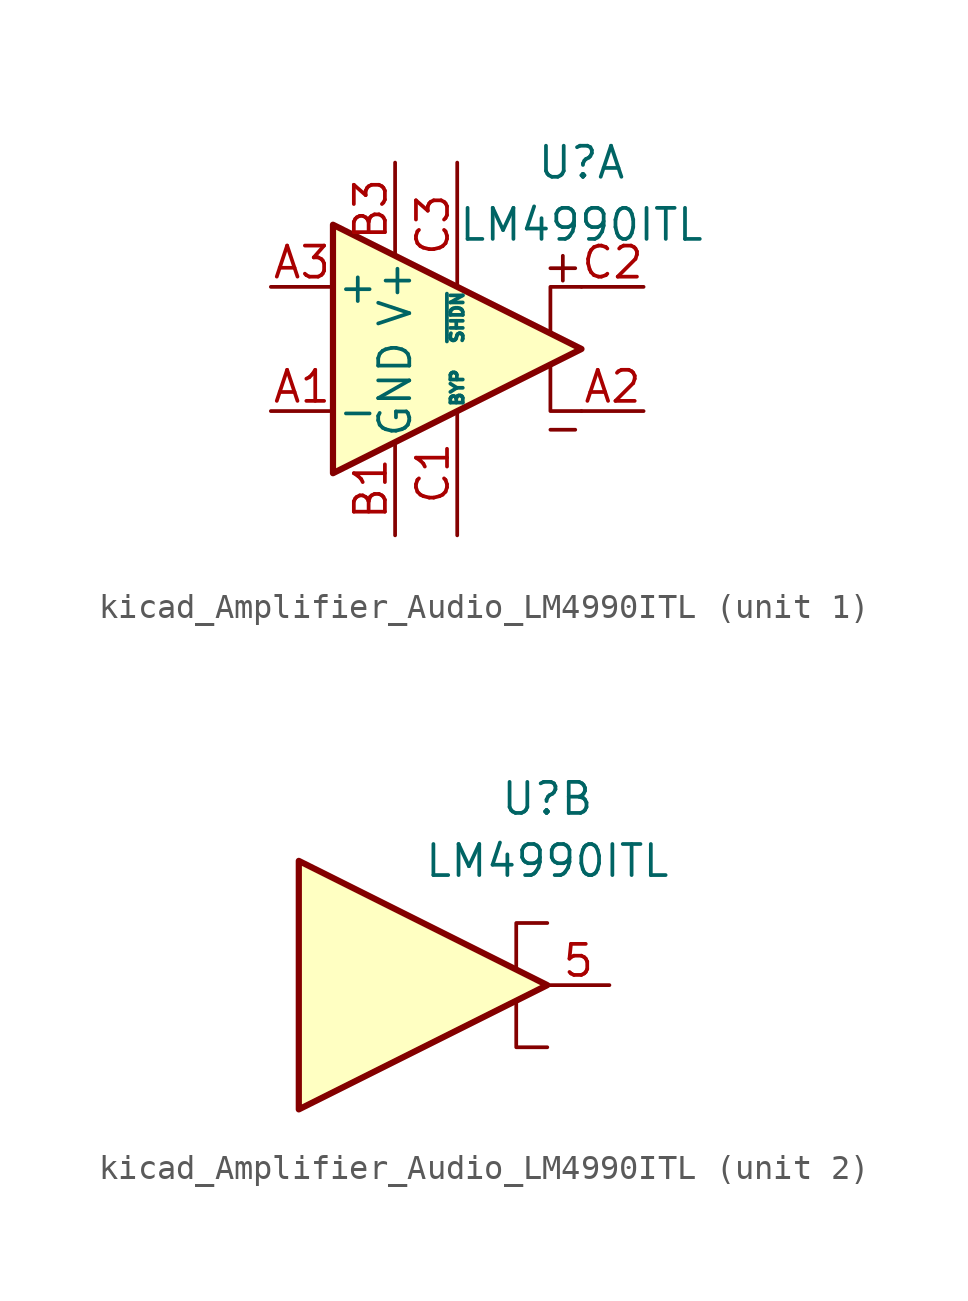
<source format=kicad_sym>
(kicad_symbol_lib
  (version 20220914)
  (generator kicad_symbol_editor)
  (symbol "kicad_Amplifier_Audio_LM4990ITL"
    (pin_names
      (offset 0.127))
    (property "Reference" "U"
      (at 5.08 7.62 0)
      (effects (font (size 1.27 1.27))))
    (property "Value" "LM4990ITL"
      (at 5.08 5.08 0)
      (effects (font (size 1.27 1.27))))
    (symbol "kicad_Amplifier_Audio_LM4990ITL_0_1"
      (polyline (pts (xy 3.81 -0.635) (xy 3.81 -2.54) (xy 5.08 -2.54)) (stroke (width 0) (type default)) (fill (type none)))
      (polyline (pts (xy 5.08 2.54) (xy 3.81 2.54) (xy 3.81 0.635)) (stroke (width 0) (type default)) (fill (type none)))
      (polyline (pts (xy -5.08 5.08) (xy 5.08 0) (xy -5.08 -5.08) (xy -5.08 5.08)) (stroke (width 0.254) (type default)) (fill (type background))))
    (symbol "kicad_Amplifier_Audio_LM4990ITL_1_1"
      (polyline (pts (xy 3.81 -3.302) (xy 4.826 -3.302)) (stroke (width 0) (type default)) (fill (type none)))
      (polyline (pts (xy 4.318 3.81) (xy 4.318 2.794)) (stroke (width 0) (type default)) (fill (type none)))
      (polyline (pts (xy 4.826 3.302) (xy 3.81 3.302)) (stroke (width 0) (type default)) (fill (type none)))
      (pin input line (at -7.62 -2.54 0) (length 2.54) (name "-" (effects (font (size 1.27 1.27)))) (number "A1" (effects (font (size 1.27 1.27)))))
      (pin output line (at 7.62 -2.54 180) (length 2.54) (name "~" (effects (font (size 1.27 1.27)))) (number "A2" (effects (font (size 1.27 1.27)))))
      (pin input line (at -7.62 2.54 0) (length 2.54) (name "+" (effects (font (size 1.27 1.27)))) (number "A3" (effects (font (size 1.27 1.27)))))
      (pin power_in line (at -2.54 -7.62 90) (length 3.81) (name "GND" (effects (font (size 1.27 1.27)))) (number "B1" (effects (font (size 1.27 1.27)))))
      (pin passive line (at -2.54 -7.62 90) (length 3.81) hide (name "GND" (effects (font (size 1.27 1.27)))) (number "B2" (effects (font (size 1.27 1.27)))))
      (pin power_in line (at -2.54 7.62 270) (length 3.81) (name "V+" (effects (font (size 1.27 1.27)))) (number "B3" (effects (font (size 1.27 1.27)))))
      (pin input line (at 0 -7.62 90) (length 5.08) (name "BYP" (effects (font (size 0.508 0.508)))) (number "C1" (effects (font (size 1.27 1.27)))))
      (pin output line (at 7.62 2.54 180) (length 2.54) (name "~" (effects (font (size 1.27 1.27)))) (number "C2" (effects (font (size 1.27 1.27)))))
      (pin output line (at 0 7.62 270) (length 5.08) (name "~{SHDN}" (effects (font (size 0.508 0.508)))) (number "C3" (effects (font (size 1.27 1.27))))))
    (symbol "kicad_Amplifier_Audio_LM4990ITL_2_1"
      (pin output line (at 7.62 0 180) (length 2.54) (name "~" (effects (font (size 1.27 1.27)))) (number "5" (effects (font (size 1.27 1.27))))))))
</source>
